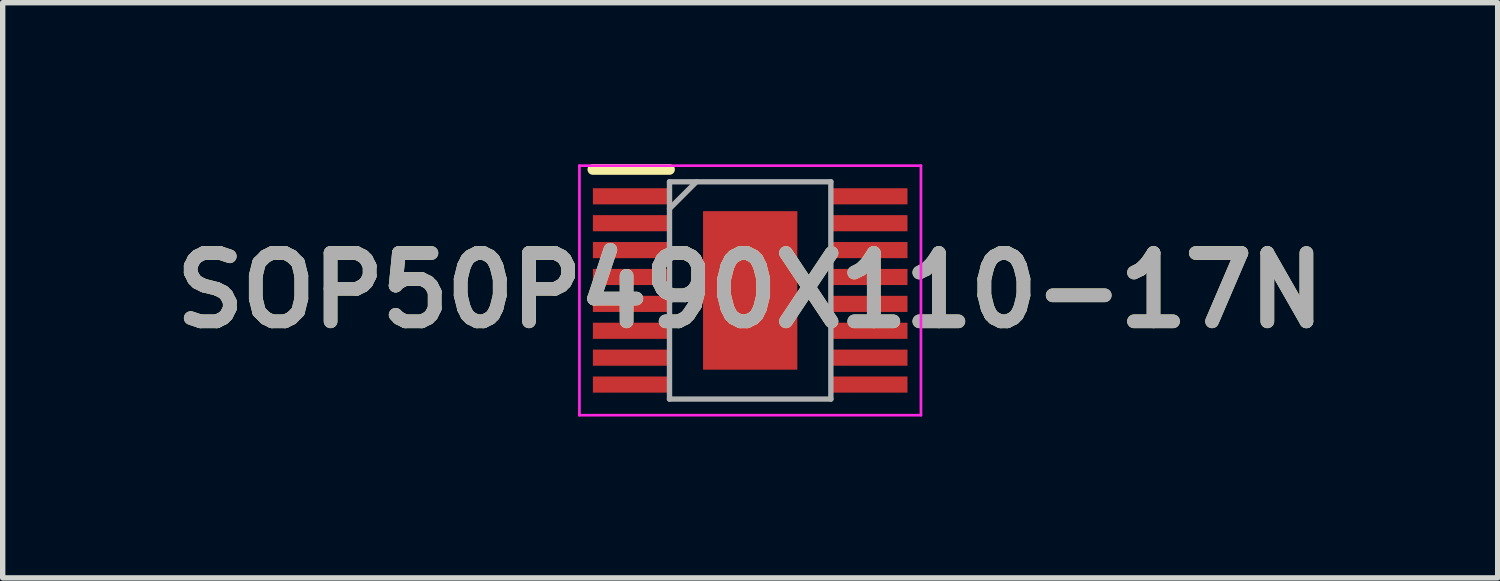
<source format=kicad_pcb>
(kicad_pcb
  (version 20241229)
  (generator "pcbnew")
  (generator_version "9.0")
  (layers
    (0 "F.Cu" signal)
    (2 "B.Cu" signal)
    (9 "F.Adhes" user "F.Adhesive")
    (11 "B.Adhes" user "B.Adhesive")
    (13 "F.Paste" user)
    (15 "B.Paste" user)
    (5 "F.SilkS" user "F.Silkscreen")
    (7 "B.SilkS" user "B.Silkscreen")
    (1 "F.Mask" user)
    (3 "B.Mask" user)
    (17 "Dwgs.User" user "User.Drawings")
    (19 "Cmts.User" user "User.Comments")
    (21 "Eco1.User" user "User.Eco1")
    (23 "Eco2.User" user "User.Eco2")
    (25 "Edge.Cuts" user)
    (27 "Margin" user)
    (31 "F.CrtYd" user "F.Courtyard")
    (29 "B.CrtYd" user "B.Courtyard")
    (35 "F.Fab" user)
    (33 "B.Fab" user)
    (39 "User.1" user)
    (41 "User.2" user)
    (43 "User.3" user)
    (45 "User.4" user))
  (footprint "SOP50P490X110-17N"
    (layer "F.Cu")
    (at 10.898 2.35)
    (property "Reference" "SOP50P490X110-17N" (at 0 0 0) (layer "F.SilkS") (effects (font (size 1.27 1.27) (thickness 0.254))))
    (attr smd)
    (fp_line (start -2.925 -2.25) (end -1.5 -2.25) (stroke (width 0.2) (type solid)) (layer "F.SilkS"))
    (fp_line (start -3.175 -2.32) (end 3.175 -2.32) (stroke (width 0.05) (type solid)) (layer "F.CrtYd"))
    (fp_line (start -3.175 2.32) (end -3.175 -2.32) (stroke (width 0.05) (type solid)) (layer "F.CrtYd"))
    (fp_line (start 3.175 -2.32) (end 3.175 2.32) (stroke (width 0.05) (type solid)) (layer "F.CrtYd"))
    (fp_line (start 3.175 2.32) (end -3.175 2.32) (stroke (width 0.05) (type solid)) (layer "F.CrtYd"))
    (fp_line (start -1.5 -2.02) (end 1.5 -2.02) (stroke (width 0.1) (type solid)) (layer "F.Fab"))
    (fp_line (start -1.5 -1.52) (end -1 -2.02) (stroke (width 0.1) (type solid)) (layer "F.Fab"))
    (fp_line (start -1.5 2.02) (end -1.5 -2.02) (stroke (width 0.1) (type solid)) (layer "F.Fab"))
    (fp_line (start 1.5 -2.02) (end 1.5 2.02) (stroke (width 0.1) (type solid)) (layer "F.Fab"))
    (fp_line (start 1.5 2.02) (end -1.5 2.02) (stroke (width 0.1) (type solid)) (layer "F.Fab"))
    (fp_text user "${REFERENCE}" (at 0 0 0) (layer "F.Fab") (effects (font (size 1.27 1.27) (thickness 0.254))))
    (pad "1" smd rect (at -2.212 -1.75 90) (size 0.3 1.425) (layers "F.Cu" "F.Mask" "F.Paste"))
    (pad "2" smd rect (at -2.212 -1.25 90) (size 0.3 1.425) (layers "F.Cu" "F.Mask" "F.Paste"))
    (pad "3" smd rect (at -2.212 -0.75 90) (size 0.3 1.425) (layers "F.Cu" "F.Mask" "F.Paste"))
    (pad "4" smd rect (at -2.212 -0.25 90) (size 0.3 1.425) (layers "F.Cu" "F.Mask" "F.Paste"))
    (pad "5" smd rect (at -2.212 0.25 90) (size 0.3 1.425) (layers "F.Cu" "F.Mask" "F.Paste"))
    (pad "6" smd rect (at -2.212 0.75 90) (size 0.3 1.425) (layers "F.Cu" "F.Mask" "F.Paste"))
    (pad "7" smd rect (at -2.212 1.25 90) (size 0.3 1.425) (layers "F.Cu" "F.Mask" "F.Paste"))
    (pad "8" smd rect (at -2.212 1.75 90) (size 0.3 1.425) (layers "F.Cu" "F.Mask" "F.Paste"))
    (pad "9" smd rect (at 2.212 1.75 90) (size 0.3 1.425) (layers "F.Cu" "F.Mask" "F.Paste"))
    (pad "10" smd rect (at 2.212 1.25 90) (size 0.3 1.425) (layers "F.Cu" "F.Mask" "F.Paste"))
    (pad "11" smd rect (at 2.212 0.75 90) (size 0.3 1.425) (layers "F.Cu" "F.Mask" "F.Paste"))
    (pad "12" smd rect (at 2.212 0.25 90) (size 0.3 1.425) (layers "F.Cu" "F.Mask" "F.Paste"))
    (pad "13" smd rect (at 2.212 -0.25 90) (size 0.3 1.425) (layers "F.Cu" "F.Mask" "F.Paste"))
    (pad "14" smd rect (at 2.212 -0.75 90) (size 0.3 1.425) (layers "F.Cu" "F.Mask" "F.Paste"))
    (pad "15" smd rect (at 2.212 -1.25 90) (size 0.3 1.425) (layers "F.Cu" "F.Mask" "F.Paste"))
    (pad "16" smd rect (at 2.212 -1.75 90) (size 0.3 1.425) (layers "F.Cu" "F.Mask" "F.Paste"))
    (pad "17" smd rect (at 0 0) (size 1.753 2.947) (layers "F.Cu" "F.Mask" "F.Paste")))
  (gr_rect
    (start -3 -3)
    (end 24.796 7.695)
    (stroke (width 0.1) (type default))
    (fill no)
    (layer "Edge.Cuts")))
</source>
